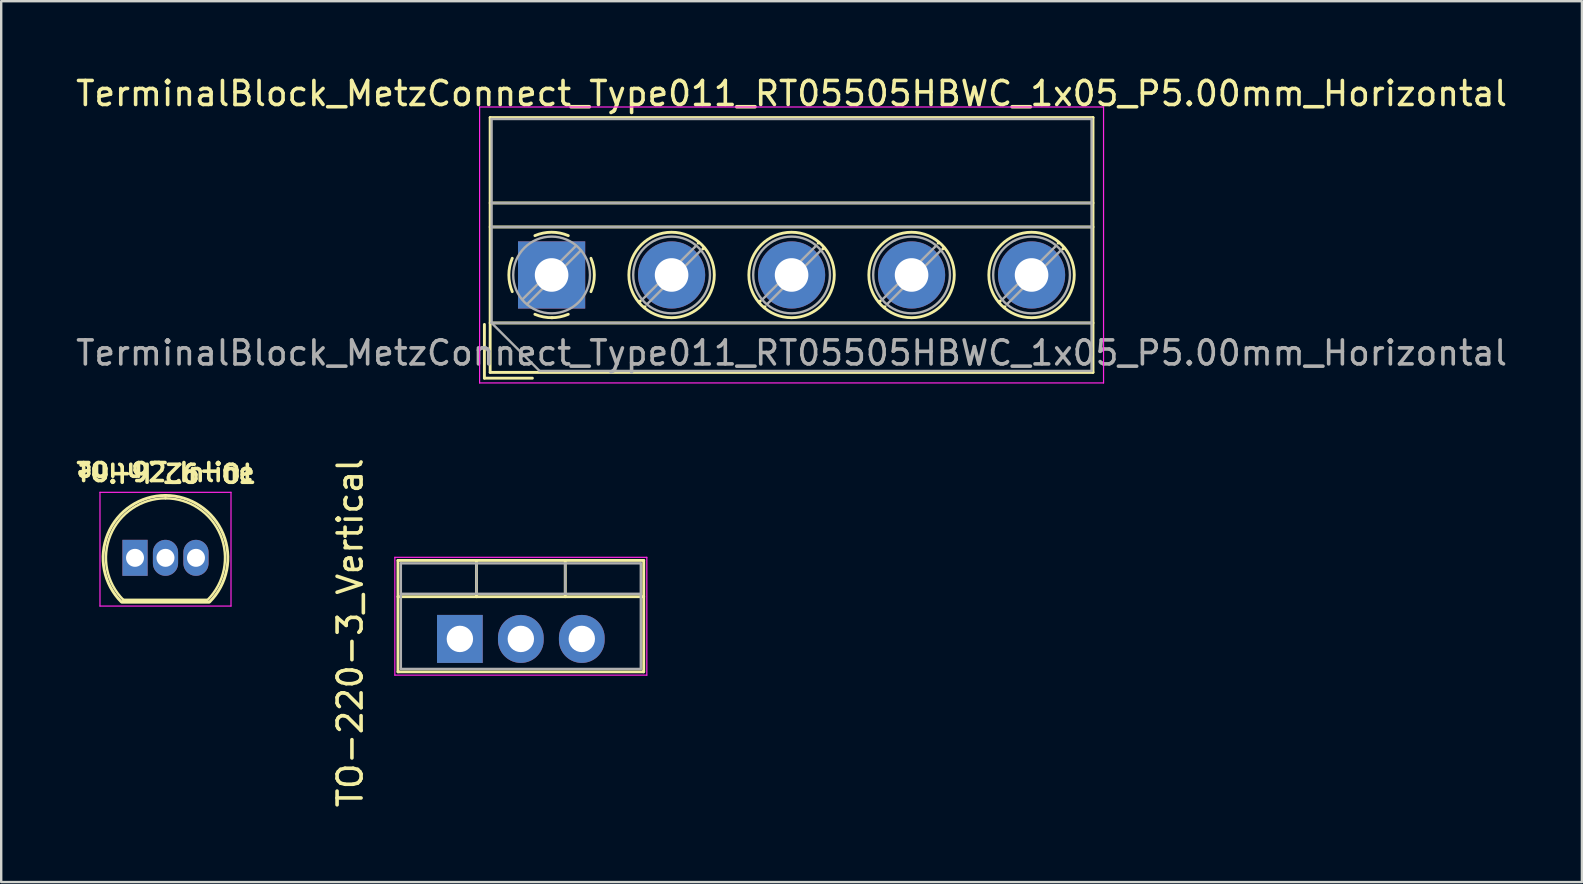
<source format=kicad_pcb>
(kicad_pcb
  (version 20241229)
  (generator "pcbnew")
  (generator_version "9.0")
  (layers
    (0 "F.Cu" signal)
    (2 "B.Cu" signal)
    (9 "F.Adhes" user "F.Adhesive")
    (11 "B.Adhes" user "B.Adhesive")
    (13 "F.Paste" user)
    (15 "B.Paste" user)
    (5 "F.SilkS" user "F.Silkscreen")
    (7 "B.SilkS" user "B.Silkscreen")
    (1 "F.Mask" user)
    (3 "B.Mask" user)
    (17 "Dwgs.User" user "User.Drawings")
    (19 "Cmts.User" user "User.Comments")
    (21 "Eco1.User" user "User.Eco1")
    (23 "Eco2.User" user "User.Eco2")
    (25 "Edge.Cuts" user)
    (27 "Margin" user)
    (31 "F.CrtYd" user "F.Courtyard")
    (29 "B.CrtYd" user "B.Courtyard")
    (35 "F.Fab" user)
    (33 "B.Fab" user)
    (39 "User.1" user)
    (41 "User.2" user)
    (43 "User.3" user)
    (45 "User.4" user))
  (footprint "TO-220-3_Vertical"
    (layer "F.Cu")
    (at 16.113 23.574)
    (property "Reference" "TO-220-3_Vertical" (at -4.572 -0.254 90) (layer "F.SilkS") (effects (font (size 1 1) (thickness 0.15))))
    (attr through_hole)
    (fp_line (start -2.58 -3.27) (end -2.58 1.371) (stroke (width 0.12) (type solid)) (layer "F.SilkS"))
    (fp_line (start -2.58 -3.27) (end 7.66 -3.27) (stroke (width 0.12) (type solid)) (layer "F.SilkS"))
    (fp_line (start -2.58 -1.76) (end 7.66 -1.76) (stroke (width 0.12) (type solid)) (layer "F.SilkS"))
    (fp_line (start -2.58 1.371) (end 7.66 1.371) (stroke (width 0.12) (type solid)) (layer "F.SilkS"))
    (fp_line (start 0.69 -3.27) (end 0.69 -1.76) (stroke (width 0.12) (type solid)) (layer "F.SilkS"))
    (fp_line (start 4.391 -3.27) (end 4.391 -1.76) (stroke (width 0.12) (type solid)) (layer "F.SilkS"))
    (fp_line (start 7.66 -3.27) (end 7.66 1.371) (stroke (width 0.12) (type solid)) (layer "F.SilkS"))
    (fp_line (start -2.71 -3.4) (end -2.71 1.51) (stroke (width 0.05) (type solid)) (layer "F.CrtYd"))
    (fp_line (start -2.71 1.51) (end 7.79 1.51) (stroke (width 0.05) (type solid)) (layer "F.CrtYd"))
    (fp_line (start 7.79 -3.4) (end -2.71 -3.4) (stroke (width 0.05) (type solid)) (layer "F.CrtYd"))
    (fp_line (start 7.79 1.51) (end 7.79 -3.4) (stroke (width 0.05) (type solid)) (layer "F.CrtYd"))
    (fp_line (start -2.46 -3.15) (end -2.46 1.25) (stroke (width 0.1) (type solid)) (layer "F.Fab"))
    (fp_line (start -2.46 -1.88) (end 7.54 -1.88) (stroke (width 0.1) (type solid)) (layer "F.Fab"))
    (fp_line (start -2.46 1.25) (end 7.54 1.25) (stroke (width 0.1) (type solid)) (layer "F.Fab"))
    (fp_line (start 0.69 -3.15) (end 0.69 -1.88) (stroke (width 0.1) (type solid)) (layer "F.Fab"))
    (fp_line (start 4.39 -3.15) (end 4.39 -1.88) (stroke (width 0.1) (type solid)) (layer "F.Fab"))
    (fp_line (start 7.54 -3.15) (end -2.46 -3.15) (stroke (width 0.1) (type solid)) (layer "F.Fab"))
    (fp_line (start 7.54 1.25) (end 7.54 -3.15) (stroke (width 0.1) (type solid)) (layer "F.Fab"))
    (pad "1" thru_hole rect (at 0 0) (size 1.905 2) (drill 1.1) (layers "*.Cu" "*.Mask"))
    (pad "2" thru_hole oval (at 2.54 0) (size 1.905 2) (drill 1.1) (layers "*.Cu" "*.Mask"))
    (pad "3" thru_hole oval (at 5.08 0) (size 1.905 2) (drill 1.1) (layers "*.Cu" "*.Mask")))
  (footprint "TerminalBlock_MetzConnect_Type011_RT05505HBWC_1x05_P5.00mm_Horizontal"
    (layer "F.Cu")
    (at 19.935 8.408)
    (property "Reference" "TerminalBlock_MetzConnect_Type011_RT05505HBWC_1x05_P5.00mm_Horizontal" (at 10 -7.56 0) (layer "F.SilkS") (effects (font (size 1 1) (thickness 0.15))))
    (attr through_hole)
    (fp_line (start -2.8 2.06) (end -2.8 4.3) (stroke (width 0.12) (type solid)) (layer "F.SilkS"))
    (fp_line (start -2.8 4.3) (end -0.8 4.3) (stroke (width 0.12) (type solid)) (layer "F.SilkS"))
    (fp_line (start -2.56 -6.56) (end -2.56 4.06) (stroke (width 0.12) (type solid)) (layer "F.SilkS"))
    (fp_line (start -2.56 -6.56) (end 22.56 -6.56) (stroke (width 0.12) (type solid)) (layer "F.SilkS"))
    (fp_line (start -2.56 -3) (end 22.56 -3) (stroke (width 0.12) (type solid)) (layer "F.SilkS"))
    (fp_line (start -2.56 -2) (end 22.56 -2) (stroke (width 0.12) (type solid)) (layer "F.SilkS"))
    (fp_line (start -2.56 2) (end 22.56 2) (stroke (width 0.12) (type solid)) (layer "F.SilkS"))
    (fp_line (start -2.56 4.06) (end 22.56 4.06) (stroke (width 0.12) (type solid)) (layer "F.SilkS"))
    (fp_line (start 3.7 1.083) (end 3.65 1.133) (stroke (width 0.12) (type solid)) (layer "F.SilkS"))
    (fp_line (start 3.892 1.325) (end 3.868 1.35) (stroke (width 0.12) (type solid)) (layer "F.SilkS"))
    (fp_line (start 6.133 -1.35) (end 6.108 -1.326) (stroke (width 0.12) (type solid)) (layer "F.SilkS"))
    (fp_line (start 6.35 -1.133) (end 6.301 -1.083) (stroke (width 0.12) (type solid)) (layer "F.SilkS"))
    (fp_line (start 8.7 1.083) (end 8.65 1.133) (stroke (width 0.12) (type solid)) (layer "F.SilkS"))
    (fp_line (start 8.892 1.325) (end 8.868 1.35) (stroke (width 0.12) (type solid)) (layer "F.SilkS"))
    (fp_line (start 11.133 -1.35) (end 11.108 -1.326) (stroke (width 0.12) (type solid)) (layer "F.SilkS"))
    (fp_line (start 11.35 -1.133) (end 11.301 -1.083) (stroke (width 0.12) (type solid)) (layer "F.SilkS"))
    (fp_line (start 13.7 1.083) (end 13.65 1.133) (stroke (width 0.12) (type solid)) (layer "F.SilkS"))
    (fp_line (start 13.892 1.325) (end 13.868 1.35) (stroke (width 0.12) (type solid)) (layer "F.SilkS"))
    (fp_line (start 16.133 -1.35) (end 16.108 -1.326) (stroke (width 0.12) (type solid)) (layer "F.SilkS"))
    (fp_line (start 16.35 -1.133) (end 16.301 -1.083) (stroke (width 0.12) (type solid)) (layer "F.SilkS"))
    (fp_line (start 18.7 1.083) (end 18.65 1.133) (stroke (width 0.12) (type solid)) (layer "F.SilkS"))
    (fp_line (start 18.892 1.325) (end 18.868 1.35) (stroke (width 0.12) (type solid)) (layer "F.SilkS"))
    (fp_line (start 21.133 -1.35) (end 21.108 -1.326) (stroke (width 0.12) (type solid)) (layer "F.SilkS"))
    (fp_line (start 21.35 -1.133) (end 21.301 -1.083) (stroke (width 0.12) (type solid)) (layer "F.SilkS"))
    (fp_line (start 22.56 -6.56) (end 22.56 4.06) (stroke (width 0.12) (type solid)) (layer "F.SilkS"))
    (fp_arc (start -1.639206 0.695516) (mid -1.780657 -0.000263) (end -1.639 -0.696) (stroke (width 0.12) (type solid)) (layer "F.SilkS"))
    (fp_arc (start -0.695516 -1.639206) (mid 0.000263 -1.780657) (end 0.696 -1.639) (stroke (width 0.12) (type solid)) (layer "F.SilkS"))
    (fp_arc (start 0.030814 1.78039) (mid -0.340023 1.747891) (end -0.696 1.639) (stroke (width 0.12) (type solid)) (layer "F.SilkS"))
    (fp_arc (start 0.695501 1.638499) (mid 0.354875 1.744266) (end 0 1.78) (stroke (width 0.12) (type solid)) (layer "F.SilkS"))
    (fp_arc (start 1.639206 -0.695516) (mid 1.780657 0.000263) (end 1.639 0.696) (stroke (width 0.12) (type solid)) (layer "F.SilkS"))
    (fp_circle (center 5 0) (end 6.78 0) (stroke (width 0.12) (type solid)) (fill no) (layer "F.SilkS"))
    (fp_circle (center 10 0) (end 11.78 0) (stroke (width 0.12) (type solid)) (fill no) (layer "F.SilkS"))
    (fp_circle (center 15 0) (end 16.78 0) (stroke (width 0.12) (type solid)) (fill no) (layer "F.SilkS"))
    (fp_circle (center 20 0) (end 21.78 0) (stroke (width 0.12) (type solid)) (fill no) (layer "F.SilkS"))
    (fp_line (start -3 -7) (end -3 4.5) (stroke (width 0.05) (type solid)) (layer "F.CrtYd"))
    (fp_line (start -3 4.5) (end 23 4.5) (stroke (width 0.05) (type solid)) (layer "F.CrtYd"))
    (fp_line (start 23 -7) (end -3 -7) (stroke (width 0.05) (type solid)) (layer "F.CrtYd"))
    (fp_line (start 23 4.5) (end 23 -7) (stroke (width 0.05) (type solid)) (layer "F.CrtYd"))
    (fp_line (start -2.5 -6.5) (end 22.5 -6.5) (stroke (width 0.1) (type solid)) (layer "F.Fab"))
    (fp_line (start -2.5 -3) (end 22.5 -3) (stroke (width 0.1) (type solid)) (layer "F.Fab"))
    (fp_line (start -2.5 -2) (end 22.5 -2) (stroke (width 0.1) (type solid)) (layer "F.Fab"))
    (fp_line (start -2.5 2) (end -2.5 -6.5) (stroke (width 0.1) (type solid)) (layer "F.Fab"))
    (fp_line (start -2.5 2) (end 22.5 2) (stroke (width 0.1) (type solid)) (layer "F.Fab"))
    (fp_line (start -0.5 4) (end -2.5 2) (stroke (width 0.1) (type solid)) (layer "F.Fab"))
    (fp_line (start 1.019 -1.214) (end -1.214 1.018) (stroke (width 0.1) (type solid)) (layer "F.Fab"))
    (fp_line (start 1.214 -1.019) (end -1.019 1.214) (stroke (width 0.1) (type solid)) (layer "F.Fab"))
    (fp_line (start 6.019 -1.214) (end 3.787 1.018) (stroke (width 0.1) (type solid)) (layer "F.Fab"))
    (fp_line (start 6.214 -1.019) (end 3.982 1.214) (stroke (width 0.1) (type solid)) (layer "F.Fab"))
    (fp_line (start 11.019 -1.214) (end 8.787 1.018) (stroke (width 0.1) (type solid)) (layer "F.Fab"))
    (fp_line (start 11.214 -1.019) (end 8.982 1.214) (stroke (width 0.1) (type solid)) (layer "F.Fab"))
    (fp_line (start 16.019 -1.214) (end 13.787 1.018) (stroke (width 0.1) (type solid)) (layer "F.Fab"))
    (fp_line (start 16.214 -1.019) (end 13.982 1.214) (stroke (width 0.1) (type solid)) (layer "F.Fab"))
    (fp_line (start 21.019 -1.214) (end 18.787 1.018) (stroke (width 0.1) (type solid)) (layer "F.Fab"))
    (fp_line (start 21.214 -1.019) (end 18.982 1.214) (stroke (width 0.1) (type solid)) (layer "F.Fab"))
    (fp_line (start 22.5 -6.5) (end 22.5 4) (stroke (width 0.1) (type solid)) (layer "F.Fab"))
    (fp_line (start 22.5 4) (end -0.5 4) (stroke (width 0.1) (type solid)) (layer "F.Fab"))
    (fp_circle (center 0 0) (end 1.6 0) (stroke (width 0.1) (type solid)) (fill no) (layer "F.Fab"))
    (fp_circle (center 5 0) (end 6.6 0) (stroke (width 0.1) (type solid)) (fill no) (layer "F.Fab"))
    (fp_circle (center 10 0) (end 11.6 0) (stroke (width 0.1) (type solid)) (fill no) (layer "F.Fab"))
    (fp_circle (center 15 0) (end 16.6 0) (stroke (width 0.1) (type solid)) (fill no) (layer "F.Fab"))
    (fp_circle (center 20 0) (end 21.6 0) (stroke (width 0.1) (type solid)) (fill no) (layer "F.Fab"))
    (fp_text user "${REFERENCE}" (at 10 3.25 0) (layer "F.Fab") (effects (font (size 1 1) (thickness 0.15))))
    (pad "1" thru_hole rect (at 0 0) (size 2.8 2.8) (drill 1.4) (layers "*.Cu" "*.Mask") (remove_unused_layers yes) (keep_end_layers yes) (zone_layer_connections))
    (pad "2" thru_hole circle (at 5 0) (size 2.8 2.8) (drill 1.4) (layers "*.Cu" "*.Mask") (remove_unused_layers yes) (keep_end_layers yes) (zone_layer_connections))
    (pad "3" thru_hole circle (at 10 0) (size 2.8 2.8) (drill 1.4) (layers "*.Cu" "*.Mask") (remove_unused_layers yes) (keep_end_layers yes) (zone_layer_connections))
    (pad "4" thru_hole circle (at 15 0) (size 2.8 2.8) (drill 1.4) (layers "*.Cu" "*.Mask") (remove_unused_layers yes) (keep_end_layers yes) (zone_layer_connections))
    (pad "5" thru_hole circle (at 20 0) (size 2.8 2.8) (drill 1.4) (layers "*.Cu" "*.Mask") (remove_unused_layers yes) (keep_end_layers yes) (zone_layer_connections)))
  (footprint "TO-92_Inline"
    (layer "F.Cu")
    (at 2.576 20.195)
    (property "Reference" "TO-92_Inline" (at 1.27 -3.56 180) (layer "F.SilkS") (effects (font (size 0.75 0.75) (thickness 0.15))))
    (attr through_hole)
    (fp_line (start -0.53 1.85) (end 3.07 1.85) (stroke (width 0.12) (type solid)) (layer "F.SilkS"))
    (fp_line (start -0.5 1.75) (end 3 1.75) (stroke (width 0.1) (type solid)) (layer "F.SilkS"))
    (fp_arc (start -0.568478 1.838478) (mid -1.132087 -0.994977) (end 1.27 -2.6) (stroke (width 0.12) (type solid)) (layer "F.SilkS"))
    (fp_arc (start -0.483625 1.753625) (mid -1.021221 -0.949055) (end 1.27 -2.48) (stroke (width 0.1) (type solid)) (layer "F.SilkS"))
    (fp_arc (start 1.27 -2.6) (mid 3.672087 -0.994977) (end 3.108478 1.838478) (stroke (width 0.12) (type solid)) (layer "F.SilkS"))
    (fp_arc (start 1.27 -2.48) (mid 3.561221 -0.949055) (end 3.023625 1.753625) (stroke (width 0.1) (type solid)) (layer "F.SilkS"))
    (fp_line (start -1.46 -2.73) (end -1.46 2.01) (stroke (width 0.05) (type solid)) (layer "F.CrtYd"))
    (fp_line (start -1.46 -2.73) (end 4 -2.73) (stroke (width 0.05) (type solid)) (layer "F.CrtYd"))
    (fp_line (start 4 2.01) (end -1.46 2.01) (stroke (width 0.05) (type solid)) (layer "F.CrtYd"))
    (fp_line (start 4 2.01) (end 4 -2.73) (stroke (width 0.05) (type solid)) (layer "F.CrtYd"))
    (fp_text user "${REFERENCE}" (at 1.27 -3.56 180) (unlocked yes) (layer "F.SilkS") (effects (font (size 0.75 0.75) (thickness 0.15))))
    (pad "1" thru_hole rect (at 0 0) (size 1.05 1.5) (drill 0.75) (layers "*.Cu" "*.Mask"))
    (pad "2" thru_hole oval (at 1.27 0) (size 1.05 1.5) (drill 0.75) (layers "*.Cu" "*.Mask"))
    (pad "3" thru_hole oval (at 2.54 0) (size 1.05 1.5) (drill 0.75) (layers "*.Cu" "*.Mask")))
  (gr_rect
    (start -3 -3)
    (end 62.869 33.707)
    (stroke (width 0.1) (type default))
    (fill no)
    (layer "Edge.Cuts")))
</source>
